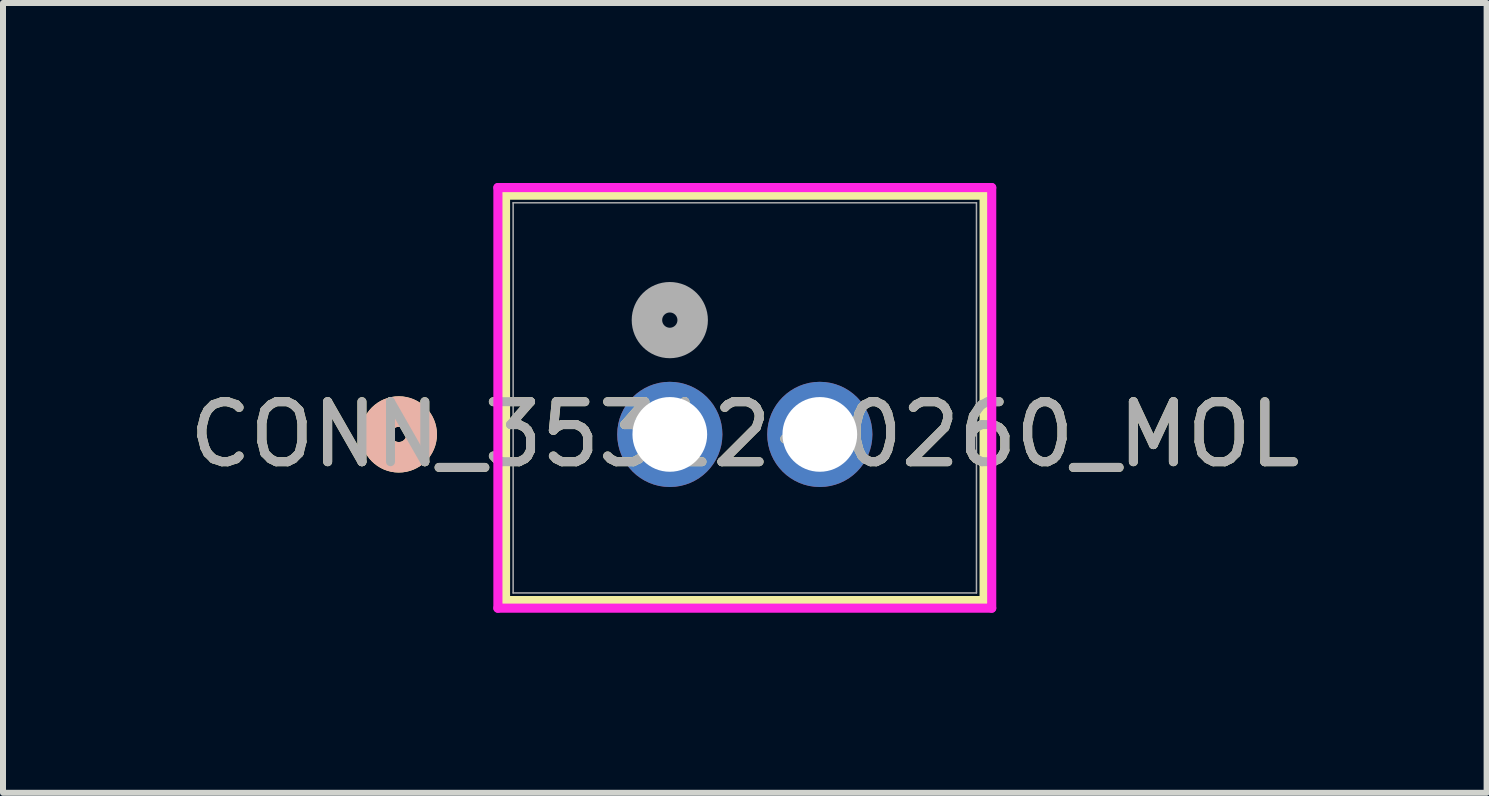
<source format=kicad_pcb>
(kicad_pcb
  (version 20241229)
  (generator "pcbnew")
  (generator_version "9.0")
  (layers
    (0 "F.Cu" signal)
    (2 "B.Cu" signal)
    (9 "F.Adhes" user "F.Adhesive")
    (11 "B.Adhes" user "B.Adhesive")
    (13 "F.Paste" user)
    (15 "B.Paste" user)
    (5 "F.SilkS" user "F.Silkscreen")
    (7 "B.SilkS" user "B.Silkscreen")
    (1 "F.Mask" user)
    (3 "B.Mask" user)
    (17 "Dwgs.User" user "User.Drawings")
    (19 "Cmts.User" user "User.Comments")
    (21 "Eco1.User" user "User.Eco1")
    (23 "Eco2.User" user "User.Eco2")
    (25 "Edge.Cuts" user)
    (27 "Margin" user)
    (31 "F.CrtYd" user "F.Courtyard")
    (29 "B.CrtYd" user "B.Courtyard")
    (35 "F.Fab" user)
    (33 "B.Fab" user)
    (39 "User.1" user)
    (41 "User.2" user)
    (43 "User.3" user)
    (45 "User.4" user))
  (footprint "CONN_35312-0260_MOL"
    (layer "F.Cu")
    (at 8.113 4.19)
    (property "Reference" "CONN_35312-0260_MOL" (at 1.25 0 0) (unlocked yes) (layer "F.SilkS") (effects (font (size 1 1) (thickness 0.15))))
    (attr through_hole)
    (fp_line (start -2.738 -3.987) (end -2.738 2.769) (stroke (width 0.152) (type solid)) (layer "F.SilkS"))
    (fp_line (start -2.738 2.769) (end 5.238 2.769) (stroke (width 0.152) (type solid)) (layer "F.SilkS"))
    (fp_line (start 5.238 -3.987) (end -2.738 -3.987) (stroke (width 0.152) (type solid)) (layer "F.SilkS"))
    (fp_line (start 5.238 2.769) (end 5.238 -3.987) (stroke (width 0.152) (type solid)) (layer "F.SilkS"))
    (fp_circle (center -4.516 0) (end -4.135 0) (stroke (width 0.508) (type solid)) (fill no) (layer "F.SilkS"))
    (fp_circle (center -4.516 0) (end -4.135 0) (stroke (width 0.508) (type solid)) (fill no) (layer "B.SilkS"))
    (fp_line (start -2.865 -4.114) (end -2.865 2.896) (stroke (width 0.152) (type solid)) (layer "F.CrtYd"))
    (fp_line (start -2.865 2.896) (end 5.365 2.896) (stroke (width 0.152) (type solid)) (layer "F.CrtYd"))
    (fp_line (start 5.365 -4.114) (end -2.865 -4.114) (stroke (width 0.152) (type solid)) (layer "F.CrtYd"))
    (fp_line (start 5.365 2.896) (end 5.365 -4.114) (stroke (width 0.152) (type solid)) (layer "F.CrtYd"))
    (fp_line (start -2.611 -3.86) (end -2.611 2.642) (stroke (width 0.025) (type solid)) (layer "F.Fab"))
    (fp_line (start -2.611 2.642) (end 5.111 2.642) (stroke (width 0.025) (type solid)) (layer "F.Fab"))
    (fp_line (start 5.111 -3.86) (end -2.611 -3.86) (stroke (width 0.025) (type solid)) (layer "F.Fab"))
    (fp_line (start 5.111 2.642) (end 5.111 -3.86) (stroke (width 0.025) (type solid)) (layer "F.Fab"))
    (fp_circle (center 0 -1.905) (end 0.381 -1.905) (stroke (width 0.508) (type solid)) (fill no) (layer "F.Fab"))
    (fp_text user "${REFERENCE}" (at 1.25 0 0) (unlocked yes) (layer "F.Fab") (effects (font (size 1 1) (thickness 0.15))))
    (pad "1" thru_hole circle (at 0 0) (size 1.753 1.753) (drill 1.245) (layers "*.Cu" "*.Mask"))
    (pad "2" thru_hole circle (at 2.5 0) (size 1.753 1.753) (drill 1.245) (layers "*.Cu" "*.Mask")))
  (gr_rect
    (start -3 -3)
    (end 21.726 10.163)
    (stroke (width 0.1) (type default))
    (fill no)
    (layer "Edge.Cuts")))
</source>
